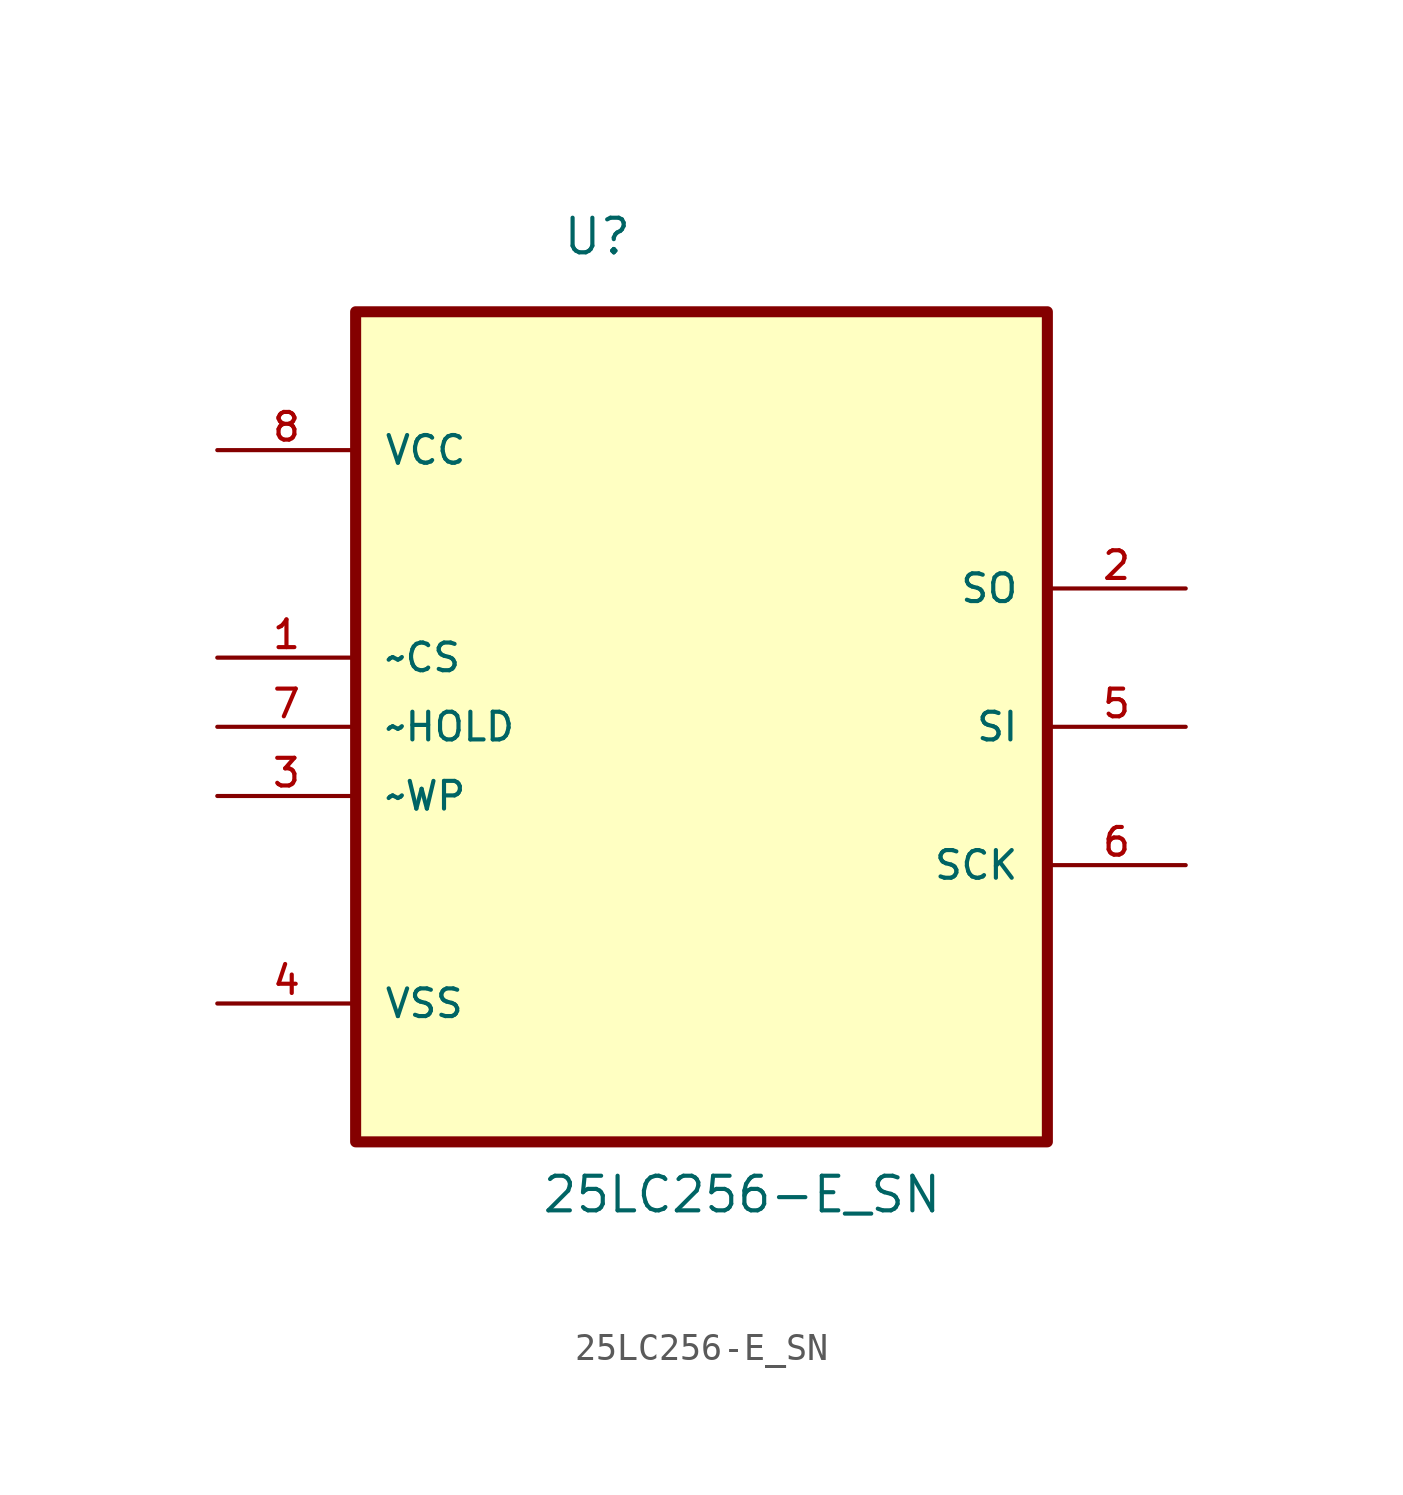
<source format=kicad_sym>
(kicad_symbol_lib
  (version 20241209)
  (generator "kicad_symbol_editor")
  (generator_version "9.0")
  (symbol "25LC256-E_SN"
    (pin_names
      (offset 1.016))
    (property "Reference" "U"
      (at -5.136 14.72 0)
      (effects (font (size 1.27 1.27)) (justify left bottom)))
    (property "Value" "25LC256-E_SN"
      (at -5.903 -20.458 0)
      (effects (font (size 1.27 1.27)) (justify left bottom)))
    (symbol "25LC256-E_SN_0_0"
      (rectangle (start -12.7 -17.78) (end 12.7 12.7) (stroke (width 0.406) (type default)) (fill (type background)))
      (pin power_in line (at -17.78 7.62 0) (length 5.08) (name "VCC" (effects (font (size 1.016 1.016)))) (number "8" (effects (font (size 1.016 1.016)))))
      (pin input line (at -17.78 0 0) (length 5.08) (name "~CS" (effects (font (size 1.016 1.016)))) (number "1" (effects (font (size 1.016 1.016)))))
      (pin input line (at -17.78 -2.54 0) (length 5.08) (name "~HOLD" (effects (font (size 1.016 1.016)))) (number "7" (effects (font (size 1.016 1.016)))))
      (pin input line (at -17.78 -5.08 0) (length 5.08) (name "~WP" (effects (font (size 1.016 1.016)))) (number "3" (effects (font (size 1.016 1.016)))))
      (pin passive line (at -17.78 -12.7 0) (length 5.08) (name "VSS" (effects (font (size 1.016 1.016)))) (number "4" (effects (font (size 1.016 1.016)))))
      (pin output line (at 17.78 2.54 180) (length 5.08) (name "SO" (effects (font (size 1.016 1.016)))) (number "2" (effects (font (size 1.016 1.016)))))
      (pin input line (at 17.78 -2.54 180) (length 5.08) (name "SI" (effects (font (size 1.016 1.016)))) (number "5" (effects (font (size 1.016 1.016)))))
      (pin input line (at 17.78 -7.62 180) (length 5.08) (name "SCK" (effects (font (size 1.016 1.016)))) (number "6" (effects (font (size 1.016 1.016))))))))
</source>
